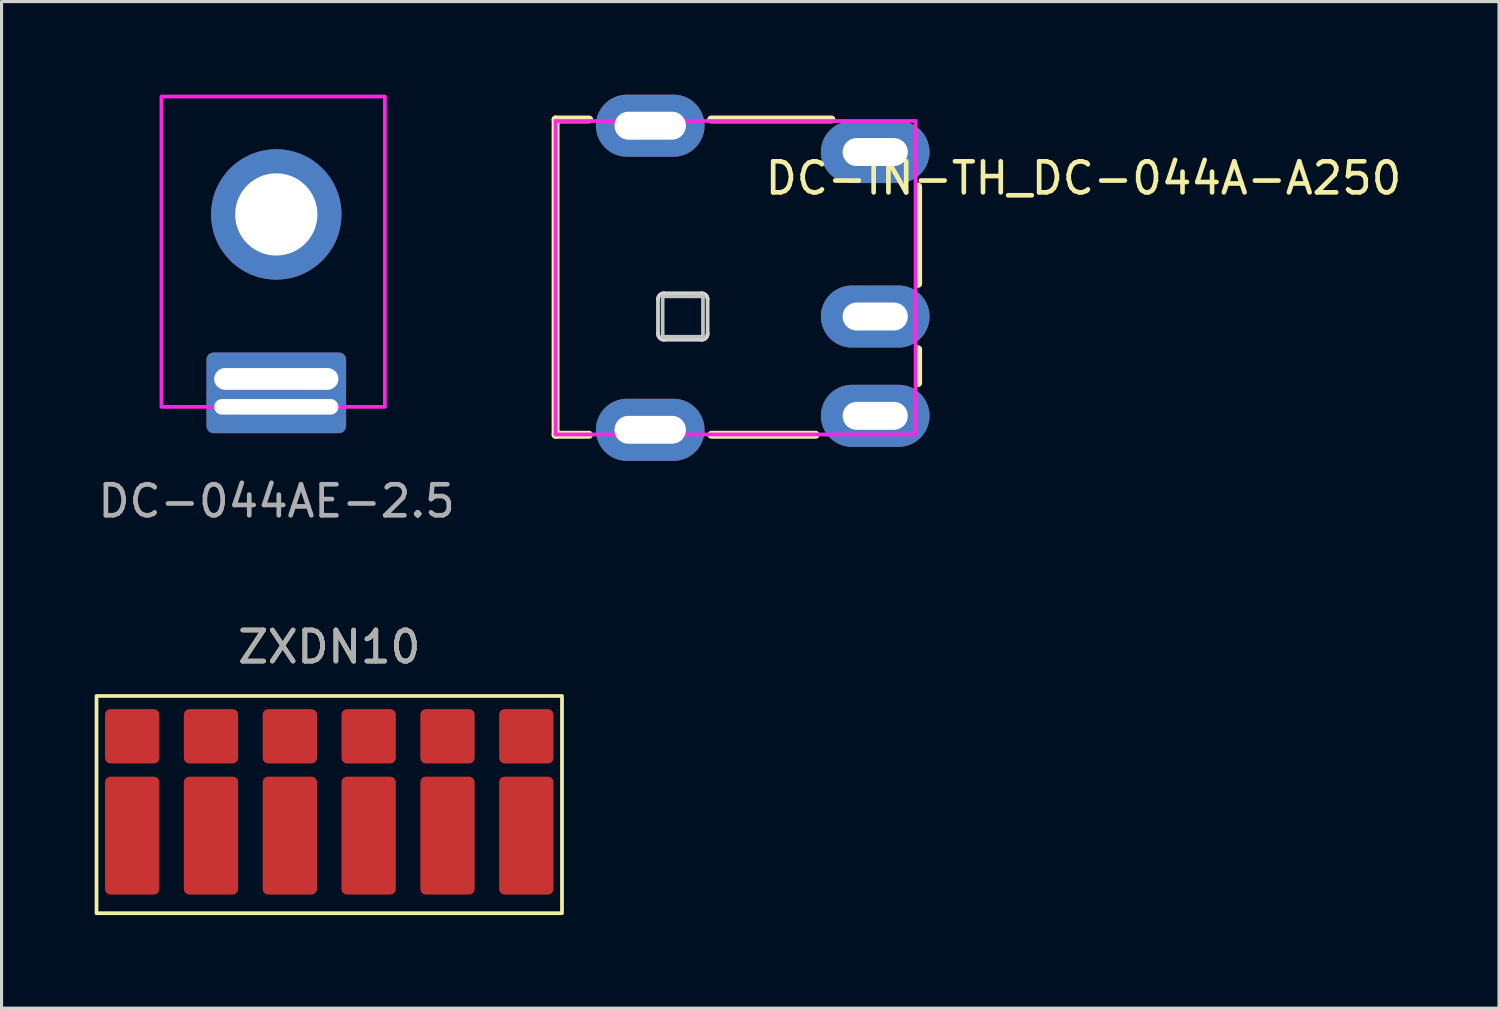
<source format=kicad_pcb>
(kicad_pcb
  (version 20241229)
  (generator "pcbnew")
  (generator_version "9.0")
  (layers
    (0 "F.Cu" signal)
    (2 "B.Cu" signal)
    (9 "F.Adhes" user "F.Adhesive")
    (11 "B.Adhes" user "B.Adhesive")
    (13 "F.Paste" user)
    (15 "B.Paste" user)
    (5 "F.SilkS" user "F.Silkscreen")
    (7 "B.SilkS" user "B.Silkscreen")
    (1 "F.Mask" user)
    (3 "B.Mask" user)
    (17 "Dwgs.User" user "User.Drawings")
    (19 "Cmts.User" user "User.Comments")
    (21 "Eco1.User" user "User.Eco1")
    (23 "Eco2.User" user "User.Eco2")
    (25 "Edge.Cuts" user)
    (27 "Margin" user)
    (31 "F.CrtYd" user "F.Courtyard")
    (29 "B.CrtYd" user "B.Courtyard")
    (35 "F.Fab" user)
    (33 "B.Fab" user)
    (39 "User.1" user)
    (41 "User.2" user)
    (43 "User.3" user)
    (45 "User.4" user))
  (footprint "DC-044AE-2.5"
    (layer "F.Cu")
    (at 5.853 3.86)
    (property "Reference" "DC-044AE-2.5" (at 0.01 9.24 0) (unlocked yes) (layer "F.Fab") (effects (font (size 1 1) (thickness 0.15))))
    (fp_rect (start -3.7 -3.8) (end 3.5 6.2) (stroke (width 0.12) (type solid)) (fill no) (layer "F.CrtYd"))
    (pad "1" thru_hole circle (at 0 0) (size 4.2 4.2) (drill 2.65) (layers "*.Cu" "*.Mask"))
    (pad "2" thru_hole roundrect (at 0 5.3) (size 4.5 1.5) (drill oval 4 0.7 (offset 0 -0.1)) (layers "*.Cu" "*.Mask" "Eco1.User") (roundrect_rratio 0.15))
    (pad "2" thru_hole roundrect (at 0 6.2) (size 4.5 1.5) (drill oval 4 0.5 (offset 0 0.1)) (layers "*.Cu" "*.Mask") (roundrect_rratio 0.15)))
  (footprint "ZXDN10"
    (layer "F.Cu")
    (at 7.56 22.877)
    (property "Reference" "ZXDN10" (at 0 -5.08 0) (unlocked yes) (layer "F.SilkS") (effects (font (size 1 1) (thickness 0.15))))
    (attr smd)
    (fp_rect (start -7.5 -3.5) (end 7.5 3.5) (stroke (width 0.12) (type solid)) (fill no) (layer "F.SilkS"))
    (fp_text user "${REFERENCE}" (at 0 -5.08 0) (unlocked yes) (layer "F.Fab") (effects (font (size 1 1) (thickness 0.15))))
    (pad "1" smd roundrect (at -6.35 -2.2) (size 1.75 1.75) (layers "F.Cu" "F.Mask" "F.Paste") (roundrect_rratio 0.1))
    (pad "1" smd roundrect (at -6.35 1) (size 1.75 3.8) (layers "F.Cu" "F.Mask" "F.Paste") (roundrect_rratio 0.1))
    (pad "2" smd roundrect (at -3.81 -2.2) (size 1.75 1.75) (layers "F.Cu" "F.Mask" "F.Paste") (roundrect_rratio 0.1))
    (pad "2" smd roundrect (at -3.81 1) (size 1.75 3.8) (layers "F.Cu" "F.Mask" "F.Paste") (roundrect_rratio 0.1))
    (pad "3" smd roundrect (at -1.27 -2.2) (size 1.75 1.75) (layers "F.Cu" "F.Mask" "F.Paste") (roundrect_rratio 0.1))
    (pad "3" smd roundrect (at -1.27 1) (size 1.75 3.8) (layers "F.Cu" "F.Mask" "F.Paste") (roundrect_rratio 0.1))
    (pad "4" smd roundrect (at 1.27 -2.2) (size 1.75 1.75) (layers "F.Cu" "F.Mask" "F.Paste") (roundrect_rratio 0.1))
    (pad "4" smd roundrect (at 1.27 1) (size 1.75 3.8) (layers "F.Cu" "F.Mask" "F.Paste") (roundrect_rratio 0.1))
    (pad "5" smd roundrect (at 3.81 -2.2) (size 1.75 1.75) (layers "F.Cu" "F.Mask" "F.Paste") (roundrect_rratio 0.1))
    (pad "5" smd roundrect (at 3.81 1) (size 1.75 3.8) (layers "F.Cu" "F.Mask" "F.Paste") (roundrect_rratio 0.1))
    (pad "6" smd roundrect (at 6.35 -2.2) (size 1.75 1.75) (layers "F.Cu" "F.Mask" "F.Paste") (roundrect_rratio 0.1))
    (pad "6" smd roundrect (at 6.35 1) (size 1.75 3.8) (layers "F.Cu" "F.Mask" "F.Paste") (roundrect_rratio 0.1)))
  (footprint "DC-IN-TH_DC-044A-A250"
    (layer "F.Cu")
    (at 21.528 5.9)
    (property "Reference" "DC-IN-TH_DC-044A-A250" (at 0 -3.207 0) (layer "F.SilkS") (effects (font (size 1 1) (thickness 0.15)) (justify left)))
    (attr through_hole)
    (fp_line (start -6.675 -5.1) (end -5.59 -5.1) (stroke (width 0.254) (type solid)) (layer "F.SilkS"))
    (fp_line (start -6.675 5.06) (end -6.675 -5.1) (stroke (width 0.254) (type solid)) (layer "F.SilkS"))
    (fp_line (start -6.675 5.06) (end -5.596 5.06) (stroke (width 0.254) (type solid)) (layer "F.SilkS"))
    (fp_line (start -1.66 -5.1) (end 2.215 -5.1) (stroke (width 0.254) (type solid)) (layer "F.SilkS"))
    (fp_line (start -1.654 5.06) (end 1.707 5.06) (stroke (width 0.254) (type solid)) (layer "F.SilkS"))
    (fp_line (start 5.009 0.195) (end 5.009 -2.941) (stroke (width 0.254) (type solid)) (layer "F.SilkS"))
    (fp_line (start 5.009 3.395) (end 5.009 2.305) (stroke (width 0.254) (type solid)) (layer "F.SilkS"))
    (fp_poly (pts (xy -3.225 0.6) (xy -1.925 0.6) (xy -1.925 1.9) (xy -3.225 1.9)) (stroke (width 0.12) (type solid)) (fill no) (layer "Dwgs.User"))
    (fp_circle (center 4.925 5.05) (end 4.955 5.05) (stroke (width 0.06) (type solid)) (fill no) (layer "Eco2.User"))
    (fp_poly (pts (xy -4.525 -4.75) (xy -2.725 -4.75) (xy -2.725 -5.05) (xy -4.525 -5.05)) (stroke (width 0.12) (type solid)) (fill no) (layer "Eco2.User"))
    (fp_poly (pts (xy -4.525 5.05) (xy -2.725 5.05) (xy -2.725 4.75) (xy -4.525 4.75)) (stroke (width 0.12) (type solid)) (fill no) (layer "Eco2.User"))
    (fp_poly (pts (xy 2.925 -3.85) (xy 4.325 -3.85) (xy 4.325 -4.25) (xy 2.925 -4.25)) (stroke (width 0.12) (type solid)) (fill no) (layer "Eco2.User"))
    (fp_poly (pts (xy 2.925 1.45) (xy 4.325 1.45) (xy 4.325 1.05) (xy 2.925 1.05)) (stroke (width 0.12) (type solid)) (fill no) (layer "Eco2.User"))
    (fp_poly (pts (xy 2.925 4.65) (xy 4.325 4.65) (xy 4.325 4.25) (xy 2.925 4.25)) (stroke (width 0.12) (type solid)) (fill no) (layer "Eco2.User"))
    (fp_line (start -3.375 0.7) (end -3.375 0.7) (stroke (width 0.12) (type solid)) (layer "Edge.Cuts"))
    (fp_line (start -3.375 0.7) (end -3.371 0.661) (stroke (width 0.12) (type solid)) (layer "Edge.Cuts"))
    (fp_line (start -3.375 1.798) (end -3.375 0.7) (stroke (width 0.12) (type solid)) (layer "Edge.Cuts"))
    (fp_line (start -3.375 1.798) (end -3.375 1.798) (stroke (width 0.12) (type solid)) (layer "Edge.Cuts"))
    (fp_line (start -3.371 0.661) (end -3.36 0.624) (stroke (width 0.12) (type solid)) (layer "Edge.Cuts"))
    (fp_line (start -3.371 1.837) (end -3.375 1.798) (stroke (width 0.12) (type solid)) (layer "Edge.Cuts"))
    (fp_line (start -3.36 0.624) (end -3.341 0.589) (stroke (width 0.12) (type solid)) (layer "Edge.Cuts"))
    (fp_line (start -3.359 1.875) (end -3.371 1.837) (stroke (width 0.12) (type solid)) (layer "Edge.Cuts"))
    (fp_line (start -3.341 0.589) (end -3.316 0.559) (stroke (width 0.12) (type solid)) (layer "Edge.Cuts"))
    (fp_line (start -3.341 1.909) (end -3.359 1.875) (stroke (width 0.12) (type solid)) (layer "Edge.Cuts"))
    (fp_line (start -3.316 0.559) (end -3.286 0.534) (stroke (width 0.12) (type solid)) (layer "Edge.Cuts"))
    (fp_line (start -3.316 1.94) (end -3.341 1.909) (stroke (width 0.12) (type solid)) (layer "Edge.Cuts"))
    (fp_line (start -3.286 0.534) (end -3.252 0.515) (stroke (width 0.12) (type solid)) (layer "Edge.Cuts"))
    (fp_line (start -3.286 1.965) (end -3.316 1.94) (stroke (width 0.12) (type solid)) (layer "Edge.Cuts"))
    (fp_line (start -3.252 0.515) (end -3.214 0.504) (stroke (width 0.12) (type solid)) (layer "Edge.Cuts"))
    (fp_line (start -3.251 1.983) (end -3.286 1.965) (stroke (width 0.12) (type solid)) (layer "Edge.Cuts"))
    (fp_line (start -3.214 0.504) (end -3.175 0.5) (stroke (width 0.12) (type solid)) (layer "Edge.Cuts"))
    (fp_line (start -3.214 1.995) (end -3.251 1.983) (stroke (width 0.12) (type solid)) (layer "Edge.Cuts"))
    (fp_line (start -3.175 0.5) (end -1.975 0.5) (stroke (width 0.12) (type solid)) (layer "Edge.Cuts"))
    (fp_line (start -3.175 1.998) (end -3.214 1.995) (stroke (width 0.12) (type solid)) (layer "Edge.Cuts"))
    (fp_line (start -1.975 0.5) (end -1.936 0.504) (stroke (width 0.12) (type solid)) (layer "Edge.Cuts"))
    (fp_line (start -1.975 1.998) (end -3.175 1.998) (stroke (width 0.12) (type solid)) (layer "Edge.Cuts"))
    (fp_line (start -1.936 0.504) (end -1.898 0.515) (stroke (width 0.12) (type solid)) (layer "Edge.Cuts"))
    (fp_line (start -1.936 1.995) (end -1.975 1.998) (stroke (width 0.12) (type solid)) (layer "Edge.Cuts"))
    (fp_line (start -1.898 0.515) (end -1.864 0.534) (stroke (width 0.12) (type solid)) (layer "Edge.Cuts"))
    (fp_line (start -1.898 1.983) (end -1.936 1.995) (stroke (width 0.12) (type solid)) (layer "Edge.Cuts"))
    (fp_line (start -1.864 0.534) (end -1.833 0.559) (stroke (width 0.12) (type solid)) (layer "Edge.Cuts"))
    (fp_line (start -1.864 1.965) (end -1.898 1.983) (stroke (width 0.12) (type solid)) (layer "Edge.Cuts"))
    (fp_line (start -1.833 0.559) (end -1.808 0.589) (stroke (width 0.12) (type solid)) (layer "Edge.Cuts"))
    (fp_line (start -1.833 1.94) (end -1.864 1.965) (stroke (width 0.12) (type solid)) (layer "Edge.Cuts"))
    (fp_line (start -1.808 0.589) (end -1.79 0.624) (stroke (width 0.12) (type solid)) (layer "Edge.Cuts"))
    (fp_line (start -1.808 1.909) (end -1.833 1.94) (stroke (width 0.12) (type solid)) (layer "Edge.Cuts"))
    (fp_line (start -1.79 0.624) (end -1.778 0.661) (stroke (width 0.12) (type solid)) (layer "Edge.Cuts"))
    (fp_line (start -1.79 1.875) (end -1.808 1.909) (stroke (width 0.12) (type solid)) (layer "Edge.Cuts"))
    (fp_line (start -1.778 0.661) (end -1.775 0.7) (stroke (width 0.12) (type solid)) (layer "Edge.Cuts"))
    (fp_line (start -1.778 1.837) (end -1.79 1.875) (stroke (width 0.12) (type solid)) (layer "Edge.Cuts"))
    (fp_line (start -1.775 0.7) (end -1.775 1.798) (stroke (width 0.12) (type solid)) (layer "Edge.Cuts"))
    (fp_line (start -1.775 1.798) (end -1.778 1.837) (stroke (width 0.12) (type solid)) (layer "Edge.Cuts"))
    (fp_line (start -6.675 -5.05) (end -6.675 5.05) (stroke (width 0.12) (type solid)) (layer "F.CrtYd"))
    (fp_line (start -6.675 5.05) (end 4.925 5.05) (stroke (width 0.12) (type solid)) (layer "F.CrtYd"))
    (fp_line (start 4.925 -5.05) (end -6.675 -5.05) (stroke (width 0.12) (type solid)) (layer "F.CrtYd"))
    (fp_line (start 4.925 5.05) (end 4.925 -5.05) (stroke (width 0.12) (type solid)) (layer "F.CrtYd"))
    (pad "1" thru_hole oval (at 3.625 4.45) (size 3.5 2) (drill oval 2.1 0.9) (layers "*.Cu" "*.Mask"))
    (pad "2" thru_hole oval (at 3.625 -4.05) (size 3.5 2) (drill oval 2.1 0.9) (layers "*.Cu" "*.Mask"))
    (pad "3" thru_hole oval (at 3.625 1.25) (size 3.5 2) (drill oval 2.1 0.9) (layers "*.Cu" "*.Mask"))
    (pad "4" thru_hole oval (at -3.625 -4.9) (size 3.5 2) (drill oval 2.3 0.9) (layers "*.Cu" "*.Mask"))
    (pad "5" thru_hole oval (at -3.625 4.9) (size 3.5 2) (drill oval 2.3 0.9) (layers "*.Cu" "*.Mask")))
  (gr_rect
    (start -3 -3)
    (end 45.254 29.436)
    (stroke (width 0.1) (type default))
    (fill no)
    (layer "Edge.Cuts")))
</source>
